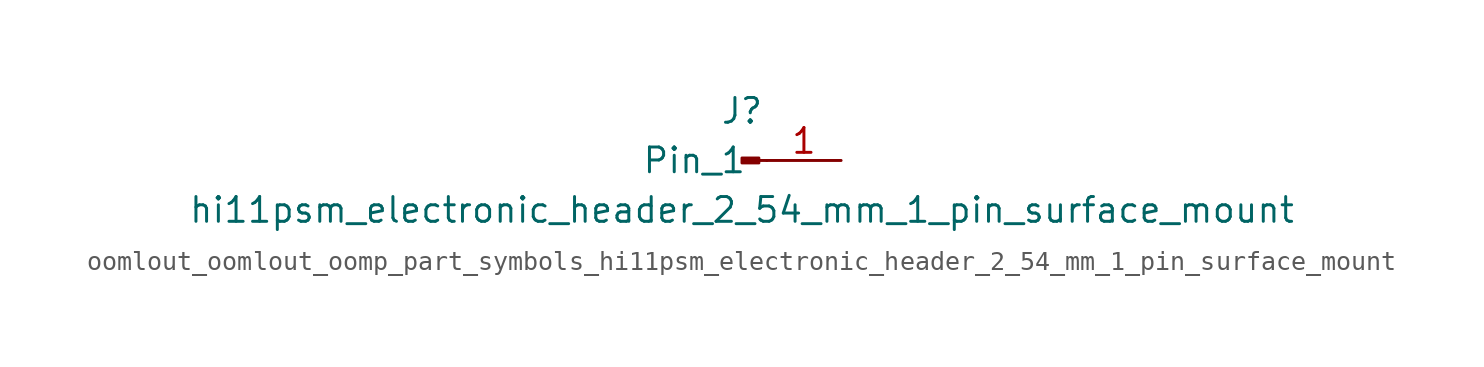
<source format=kicad_sym>
(kicad_symbol_lib
  (version 20220914)
  (generator kicad_symbol_editor)
  (symbol "oomlout_oomlout_oomp_part_symbols_hi11psm_electronic_header_2_54_mm_1_pin_surface_mount"
    (pin_names
      (offset 1.016))
    (property "Reference" "J"
      (at 0 2.54 0)
      (effects (font (size 1.27 1.27))))
    (property "Value" "hi11psm_electronic_header_2_54_mm_1_pin_surface_mount"
      (at 0 -2.54 0)
      (effects (font (size 1.27 1.27))))
    (property "ki_locked" ""
      (at 0 0 0)
      (effects (font (size 1.27 1.27))))
    (symbol "oomlout_oomlout_oomp_part_symbols_hi11psm_electronic_header_2_54_mm_1_pin_surface_mount_1_1"
      (polyline (pts (xy 1.27 0) (xy 0.864 0)) (stroke (width 0.152) (type default)) (fill (type none)))
      (rectangle (start 0.864 0.127) (end 0 -0.127) (stroke (width 0.152) (type default)) (fill (type outline)))
      (pin passive line (at 5.08 0 180) (length 3.81) (name "Pin_1" (effects (font (size 1.27 1.27)))) (number "1" (effects (font (size 1.27 1.27))))))))
</source>
